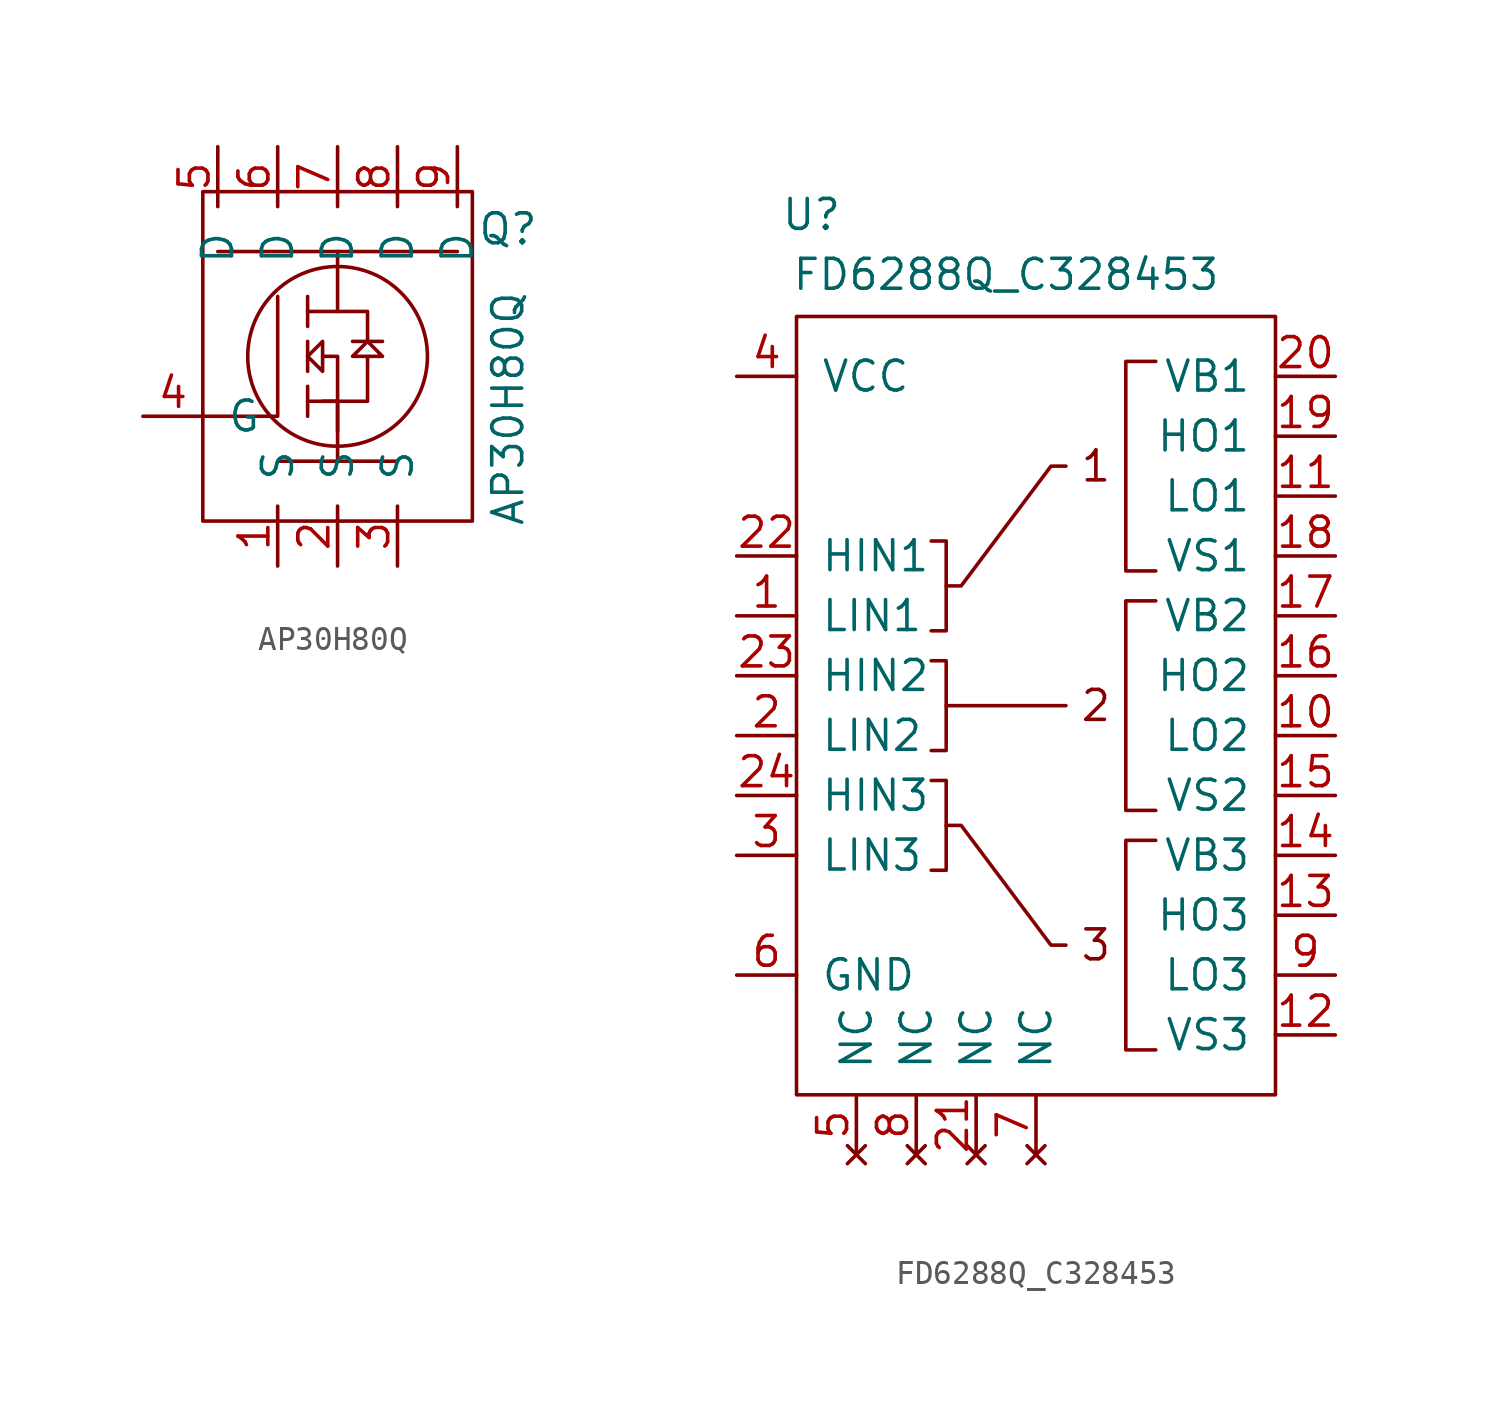
<source format=kicad_sym>
(kicad_symbol_lib
  (version 20220914)
  (generator kicad_symbol_editor)
  (symbol "AP30H80Q"
    (pin_names
      (offset 1.016))
    (property "Reference" "Q"
      (at 7.226 5.397 0)
      (effects (font (size 1.27 1.27))))
    (property "Value" "AP30H80Q"
      (at 7.226 -2.223 90)
      (effects (font (size 1.27 1.27))))
    (symbol "AP30H80Q_0_1"
      (polyline (pts (xy -5.08 4.445) (xy 5.08 4.445)) (stroke (width 0) (type default)) (fill (type none)))
      (polyline (pts (xy -2.54 -4.445) (xy 2.54 -4.445)) (stroke (width 0) (type default)) (fill (type none)))
      (polyline (pts (xy -1.27 -1.27) (xy -1.27 -2.54)) (stroke (width 0) (type default)) (fill (type none)))
      (polyline (pts (xy -1.27 0.635) (xy -1.27 -0.635)) (stroke (width 0) (type default)) (fill (type none)))
      (polyline (pts (xy -1.27 2.54) (xy -1.27 1.27)) (stroke (width 0) (type default)) (fill (type none)))
      (polyline (pts (xy 0 -1.905) (xy 0 -4.445)) (stroke (width 0) (type default)) (fill (type none)))
      (polyline (pts (xy 0 1.905) (xy 0 4.445)) (stroke (width 0) (type default)) (fill (type none)))
      (polyline (pts (xy 0.635 0.635) (xy 1.905 0.635)) (stroke (width 0) (type default)) (fill (type none)))
      (polyline (pts (xy -0.635 0) (xy 0 0) (xy 0 -3.175)) (stroke (width 0) (type default)) (fill (type none)))
      (polyline (pts (xy 1.27 0.635) (xy 1.27 1.905) (xy 0 1.905)) (stroke (width 0) (type default)) (fill (type none)))
      (polyline (pts (xy -0.635 0.635) (xy -1.27 0) (xy -0.635 -0.635) (xy -0.635 0.635)) (stroke (width 0) (type default)) (fill (type none)))
      (polyline (pts (xy -5.715 -2.54) (xy -5.715 -2.54) (xy -5.715 -2.54) (xy -2.54 -2.54) (xy -2.54 2.54)) (stroke (width 0) (type default)) (fill (type none)))
      (polyline (pts (xy -0.635 -1.905) (xy 1.27 -1.905) (xy 1.27 0) (xy 0.635 0) (xy 1.27 0.635) (xy 1.905 0) (xy 1.27 0)) (stroke (width 0) (type default)) (fill (type none)))
      (circle (center 0 0) (radius 3.81) (stroke (width 0) (type default)) (fill (type none))))
    (symbol "AP30H80Q_1_1"
      (rectangle (start -5.715 6.985) (end 5.715 -6.985) (stroke (width 0) (type default)) (fill (type none)))
      (polyline (pts (xy -1.27 -1.905) (xy 0 -1.905)) (stroke (width 0) (type default)) (fill (type none)))
      (polyline (pts (xy -1.27 1.905) (xy 0 1.905)) (stroke (width 0) (type default)) (fill (type none)))
      (pin input line (at -2.54 -8.89 90) (length 2.54) (name "S" (effects (font (size 1.27 1.27)))) (number "1" (effects (font (size 1.27 1.27)))))
      (pin input line (at 0 -8.89 90) (length 2.54) (name "S" (effects (font (size 1.27 1.27)))) (number "2" (effects (font (size 1.27 1.27)))))
      (pin input line (at 2.54 -8.89 90) (length 2.54) (name "S" (effects (font (size 1.27 1.27)))) (number "3" (effects (font (size 1.27 1.27)))))
      (pin input line (at -8.255 -2.54 0) (length 2.54) (name "G" (effects (font (size 1.27 1.27)))) (number "4" (effects (font (size 1.27 1.27)))))
      (pin input line (at -5.08 8.89 270) (length 2.54) (name "D" (effects (font (size 1.27 1.27)))) (number "5" (effects (font (size 1.27 1.27)))))
      (pin input line (at -2.54 8.89 270) (length 2.54) (name "D" (effects (font (size 1.27 1.27)))) (number "6" (effects (font (size 1.27 1.27)))))
      (pin input line (at 0 8.89 270) (length 2.54) (name "D" (effects (font (size 1.27 1.27)))) (number "7" (effects (font (size 1.27 1.27)))))
      (pin input line (at 2.54 8.89 270) (length 2.54) (name "D" (effects (font (size 1.27 1.27)))) (number "8" (effects (font (size 1.27 1.27)))))
      (pin input line (at 5.08 8.89 270) (length 2.54) (name "D" (effects (font (size 1.27 1.27)))) (number "9" (effects (font (size 1.27 1.27)))))))
  (symbol "FD6288Q_C328453"
    (pin_names
      (offset 1.016))
    (property "Reference" "U"
      (at -9.525 20.828 0)
      (effects (font (size 1.27 1.27))))
    (property "Value" "FD6288Q_C328453"
      (at -1.27 18.288 0)
      (effects (font (size 1.27 1.27))))
    (symbol "FD6288Q_C328453_0_1"
      (rectangle (start -10.16 16.51) (end 10.16 -16.51) (stroke (width 0) (type default)) (fill (type none)))
      (polyline (pts (xy 5.08 -14.605) (xy 3.81 -14.605) (xy 3.81 -5.715) (xy 5.08 -5.715)) (stroke (width 0) (type default)) (fill (type none)))
      (polyline (pts (xy 5.08 -4.445) (xy 3.81 -4.445) (xy 3.81 4.445) (xy 5.08 4.445)) (stroke (width 0) (type default)) (fill (type none)))
      (polyline (pts (xy 5.08 5.715) (xy 3.81 5.715) (xy 3.81 14.605) (xy 5.08 14.605)) (stroke (width 0) (type default)) (fill (type none))))
    (symbol "FD6288Q_C328453_1_1"
      (polyline (pts (xy -3.81 0) (xy 1.27 0)) (stroke (width 0) (type default)) (fill (type none)))
      (polyline (pts (xy -4.445 -6.985) (xy -3.81 -6.985) (xy -3.81 -3.175) (xy -4.445 -3.175)) (stroke (width 0) (type default)) (fill (type none)))
      (polyline (pts (xy -4.445 -1.905) (xy -3.81 -1.905) (xy -3.81 1.905) (xy -4.445 1.905)) (stroke (width 0) (type default)) (fill (type none)))
      (polyline (pts (xy -4.445 3.175) (xy -3.81 3.175) (xy -3.81 6.985) (xy -4.445 6.985)) (stroke (width 0) (type default)) (fill (type none)))
      (polyline (pts (xy -3.81 -5.08) (xy -3.175 -5.08) (xy 0.635 -10.16) (xy 1.27 -10.16)) (stroke (width 0) (type default)) (fill (type none)))
      (polyline (pts (xy -3.81 5.08) (xy -3.175 5.08) (xy 0.635 10.16) (xy 1.27 10.16)) (stroke (width 0) (type default)) (fill (type none)))
      (text "1" (at 2.54 10.16 0) (effects (font (size 1.27 1.27))))
      (text "2" (at 2.54 0 0) (effects (font (size 1.27 1.27))))
      (text "3" (at 2.54 -10.16 0) (effects (font (size 1.27 1.27))))
      (pin input line (at -12.7 3.81 0) (length 2.54) (name "LIN1" (effects (font (size 1.27 1.27)))) (number "1" (effects (font (size 1.27 1.27)))))
      (pin output line (at 12.7 -1.27 180) (length 2.54) (name "LO2" (effects (font (size 1.27 1.27)))) (number "10" (effects (font (size 1.27 1.27)))))
      (pin output line (at 12.7 8.89 180) (length 2.54) (name "LO1" (effects (font (size 1.27 1.27)))) (number "11" (effects (font (size 1.27 1.27)))))
      (pin input line (at 12.7 -13.97 180) (length 2.54) (name "VS3" (effects (font (size 1.27 1.27)))) (number "12" (effects (font (size 1.27 1.27)))))
      (pin output line (at 12.7 -8.89 180) (length 2.54) (name "HO3" (effects (font (size 1.27 1.27)))) (number "13" (effects (font (size 1.27 1.27)))))
      (pin input line (at 12.7 -6.35 180) (length 2.54) (name "VB3" (effects (font (size 1.27 1.27)))) (number "14" (effects (font (size 1.27 1.27)))))
      (pin input line (at 12.7 -3.81 180) (length 2.54) (name "VS2" (effects (font (size 1.27 1.27)))) (number "15" (effects (font (size 1.27 1.27)))))
      (pin output line (at 12.7 1.27 180) (length 2.54) (name "HO2" (effects (font (size 1.27 1.27)))) (number "16" (effects (font (size 1.27 1.27)))))
      (pin input line (at 12.7 3.81 180) (length 2.54) (name "VB2" (effects (font (size 1.27 1.27)))) (number "17" (effects (font (size 1.27 1.27)))))
      (pin input line (at 12.7 6.35 180) (length 2.54) (name "VS1" (effects (font (size 1.27 1.27)))) (number "18" (effects (font (size 1.27 1.27)))))
      (pin output line (at 12.7 11.43 180) (length 2.54) (name "HO1" (effects (font (size 1.27 1.27)))) (number "19" (effects (font (size 1.27 1.27)))))
      (pin input line (at -12.7 -1.27 0) (length 2.54) (name "LIN2" (effects (font (size 1.27 1.27)))) (number "2" (effects (font (size 1.27 1.27)))))
      (pin input line (at 12.7 13.97 180) (length 2.54) (name "VB1" (effects (font (size 1.27 1.27)))) (number "20" (effects (font (size 1.27 1.27)))))
      (pin no_connect line (at -2.54 -19.05 90) (length 2.54) (name "NC" (effects (font (size 1.27 1.27)))) (number "21" (effects (font (size 1.27 1.27)))))
      (pin input line (at -12.7 6.35 0) (length 2.54) (name "HIN1" (effects (font (size 1.27 1.27)))) (number "22" (effects (font (size 1.27 1.27)))))
      (pin input line (at -12.7 1.27 0) (length 2.54) (name "HIN2" (effects (font (size 1.27 1.27)))) (number "23" (effects (font (size 1.27 1.27)))))
      (pin input line (at -12.7 -3.81 0) (length 2.54) (name "HIN3" (effects (font (size 1.27 1.27)))) (number "24" (effects (font (size 1.27 1.27)))))
      (pin input line (at -12.7 -6.35 0) (length 2.54) (name "LIN3" (effects (font (size 1.27 1.27)))) (number "3" (effects (font (size 1.27 1.27)))))
      (pin power_in line (at -12.7 13.97 0) (length 2.54) (name "VCC" (effects (font (size 1.27 1.27)))) (number "4" (effects (font (size 1.27 1.27)))))
      (pin no_connect line (at -7.62 -19.05 90) (length 2.54) (name "NC" (effects (font (size 1.27 1.27)))) (number "5" (effects (font (size 1.27 1.27)))))
      (pin power_in line (at -12.7 -11.43 0) (length 2.54) (name "GND" (effects (font (size 1.27 1.27)))) (number "6" (effects (font (size 1.27 1.27)))))
      (pin no_connect line (at 0 -19.05 90) (length 2.54) (name "NC" (effects (font (size 1.27 1.27)))) (number "7" (effects (font (size 1.27 1.27)))))
      (pin no_connect line (at -5.08 -19.05 90) (length 2.54) (name "NC" (effects (font (size 1.27 1.27)))) (number "8" (effects (font (size 1.27 1.27)))))
      (pin output line (at 12.7 -11.43 180) (length 2.54) (name "LO3" (effects (font (size 1.27 1.27)))) (number "9" (effects (font (size 1.27 1.27))))))))
</source>
